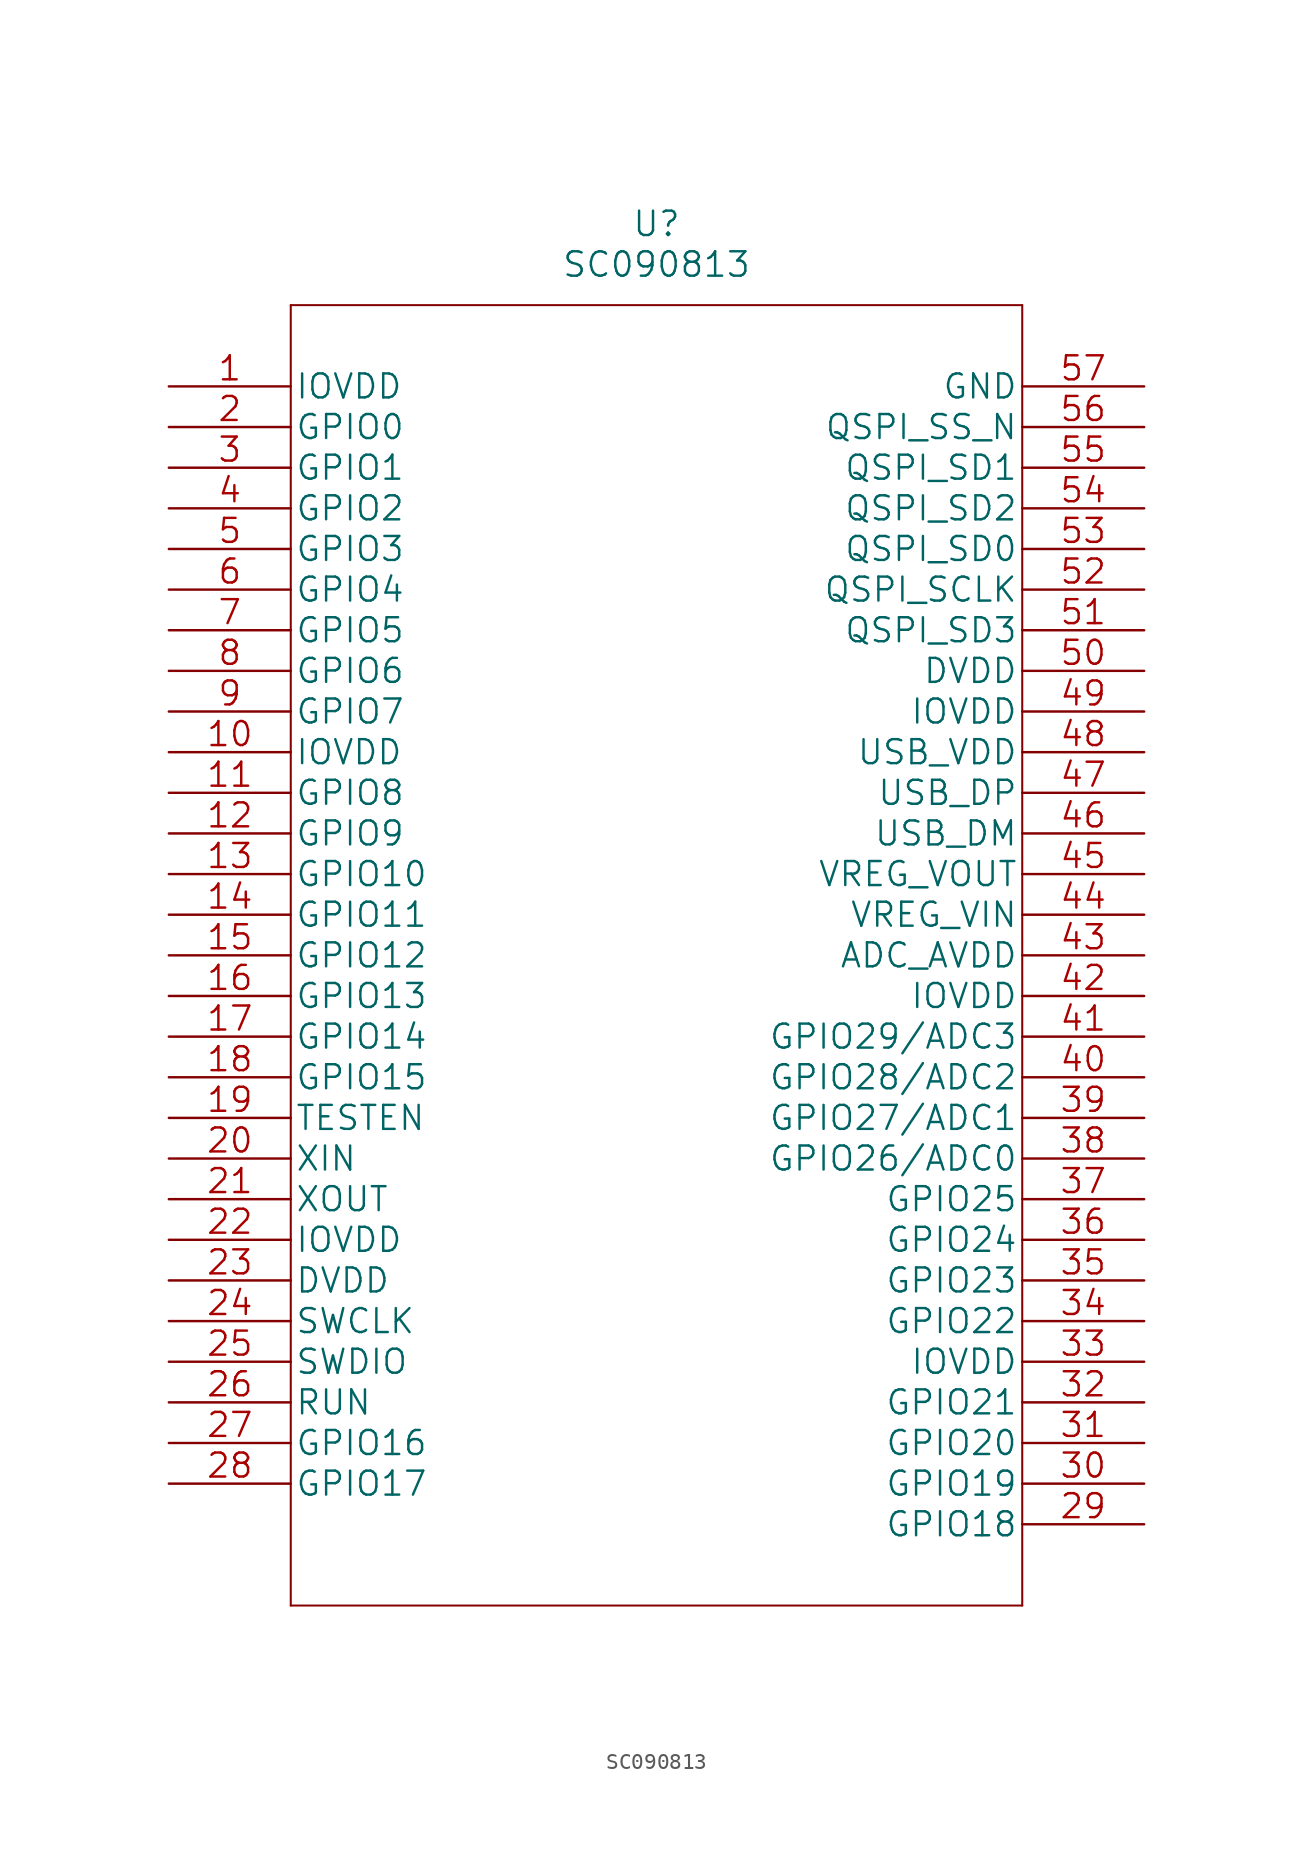
<source format=kicad_sym>
(kicad_symbol_lib
  (version 20211014)
  (generator kicad_symbol_editor)
  (symbol "SC090813"
    (pin_names
      (offset 0.254))
    (property "Reference" "U"
      (at 30.48 10.16 0)
      (effects (font (size 1.524 1.524))))
    (property "Value" "SC090813"
      (at 30.48 7.62 0)
      (effects (font (size 1.524 1.524))))
    (property "Datasheet" ""
      (at 0 0 0)
      (effects (font (size 1.524 1.524))))
    (property "ki_locked" ""
      (at 0 0 0)
      (effects (font (size 1.27 1.27))))
    (symbol "SC090813_1_1"
      (polyline (pts (xy 7.62 -76.2) (xy 53.34 -76.2)) (stroke (width 0.127) (type default) (color 0 0 0 0)) (fill (type none)))
      (polyline (pts (xy 7.62 5.08) (xy 7.62 -76.2)) (stroke (width 0.127) (type default) (color 0 0 0 0)) (fill (type none)))
      (polyline (pts (xy 53.34 -76.2) (xy 53.34 5.08)) (stroke (width 0.127) (type default) (color 0 0 0 0)) (fill (type none)))
      (polyline (pts (xy 53.34 5.08) (xy 7.62 5.08)) (stroke (width 0.127) (type default) (color 0 0 0 0)) (fill (type none)))
      (pin power_in line (at 0 0 0) (length 7.62) (name "IOVDD" (effects (font (size 1.499 1.499)))) (number "1" (effects (font (size 1.499 1.499)))))
      (pin power_in line (at 0 -22.86 0) (length 7.62) (name "IOVDD" (effects (font (size 1.499 1.499)))) (number "10" (effects (font (size 1.499 1.499)))))
      (pin bidirectional line (at 0 -25.4 0) (length 7.62) (name "GPIO8" (effects (font (size 1.499 1.499)))) (number "11" (effects (font (size 1.499 1.499)))))
      (pin bidirectional line (at 0 -27.94 0) (length 7.62) (name "GPIO9" (effects (font (size 1.499 1.499)))) (number "12" (effects (font (size 1.499 1.499)))))
      (pin bidirectional line (at 0 -30.48 0) (length 7.62) (name "GPIO10" (effects (font (size 1.499 1.499)))) (number "13" (effects (font (size 1.499 1.499)))))
      (pin bidirectional line (at 0 -33.02 0) (length 7.62) (name "GPIO11" (effects (font (size 1.499 1.499)))) (number "14" (effects (font (size 1.499 1.499)))))
      (pin bidirectional line (at 0 -35.56 0) (length 7.62) (name "GPIO12" (effects (font (size 1.499 1.499)))) (number "15" (effects (font (size 1.499 1.499)))))
      (pin bidirectional line (at 0 -38.1 0) (length 7.62) (name "GPIO13" (effects (font (size 1.499 1.499)))) (number "16" (effects (font (size 1.499 1.499)))))
      (pin bidirectional line (at 0 -40.64 0) (length 7.62) (name "GPIO14" (effects (font (size 1.499 1.499)))) (number "17" (effects (font (size 1.499 1.499)))))
      (pin bidirectional line (at 0 -43.18 0) (length 7.62) (name "GPIO15" (effects (font (size 1.499 1.499)))) (number "18" (effects (font (size 1.499 1.499)))))
      (pin unspecified line (at 0 -45.72 0) (length 7.62) (name "TESTEN" (effects (font (size 1.499 1.499)))) (number "19" (effects (font (size 1.499 1.499)))))
      (pin bidirectional line (at 0 -2.54 0) (length 7.62) (name "GPIO0" (effects (font (size 1.499 1.499)))) (number "2" (effects (font (size 1.499 1.499)))))
      (pin unspecified line (at 0 -48.26 0) (length 7.62) (name "XIN" (effects (font (size 1.499 1.499)))) (number "20" (effects (font (size 1.499 1.499)))))
      (pin output line (at 0 -50.8 0) (length 7.62) (name "XOUT" (effects (font (size 1.499 1.499)))) (number "21" (effects (font (size 1.499 1.499)))))
      (pin power_in line (at 0 -53.34 0) (length 7.62) (name "IOVDD" (effects (font (size 1.499 1.499)))) (number "22" (effects (font (size 1.499 1.499)))))
      (pin power_in line (at 0 -55.88 0) (length 7.62) (name "DVDD" (effects (font (size 1.499 1.499)))) (number "23" (effects (font (size 1.499 1.499)))))
      (pin unspecified line (at 0 -58.42 0) (length 7.62) (name "SWCLK" (effects (font (size 1.499 1.499)))) (number "24" (effects (font (size 1.499 1.499)))))
      (pin unspecified line (at 0 -60.96 0) (length 7.62) (name "SWDIO" (effects (font (size 1.499 1.499)))) (number "25" (effects (font (size 1.499 1.499)))))
      (pin unspecified line (at 0 -63.5 0) (length 7.62) (name "RUN" (effects (font (size 1.499 1.499)))) (number "26" (effects (font (size 1.499 1.499)))))
      (pin bidirectional line (at 0 -66.04 0) (length 7.62) (name "GPIO16" (effects (font (size 1.499 1.499)))) (number "27" (effects (font (size 1.499 1.499)))))
      (pin bidirectional line (at 0 -68.58 0) (length 7.62) (name "GPIO17" (effects (font (size 1.499 1.499)))) (number "28" (effects (font (size 1.499 1.499)))))
      (pin bidirectional line (at 60.96 -71.12 180) (length 7.62) (name "GPIO18" (effects (font (size 1.499 1.499)))) (number "29" (effects (font (size 1.499 1.499)))))
      (pin bidirectional line (at 0 -5.08 0) (length 7.62) (name "GPIO1" (effects (font (size 1.499 1.499)))) (number "3" (effects (font (size 1.499 1.499)))))
      (pin bidirectional line (at 60.96 -68.58 180) (length 7.62) (name "GPIO19" (effects (font (size 1.499 1.499)))) (number "30" (effects (font (size 1.499 1.499)))))
      (pin bidirectional line (at 60.96 -66.04 180) (length 7.62) (name "GPIO20" (effects (font (size 1.499 1.499)))) (number "31" (effects (font (size 1.499 1.499)))))
      (pin bidirectional line (at 60.96 -63.5 180) (length 7.62) (name "GPIO21" (effects (font (size 1.499 1.499)))) (number "32" (effects (font (size 1.499 1.499)))))
      (pin power_in line (at 60.96 -60.96 180) (length 7.62) (name "IOVDD" (effects (font (size 1.499 1.499)))) (number "33" (effects (font (size 1.499 1.499)))))
      (pin bidirectional line (at 60.96 -58.42 180) (length 7.62) (name "GPIO22" (effects (font (size 1.499 1.499)))) (number "34" (effects (font (size 1.499 1.499)))))
      (pin bidirectional line (at 60.96 -55.88 180) (length 7.62) (name "GPIO23" (effects (font (size 1.499 1.499)))) (number "35" (effects (font (size 1.499 1.499)))))
      (pin bidirectional line (at 60.96 -53.34 180) (length 7.62) (name "GPIO24" (effects (font (size 1.499 1.499)))) (number "36" (effects (font (size 1.499 1.499)))))
      (pin bidirectional line (at 60.96 -50.8 180) (length 7.62) (name "GPIO25" (effects (font (size 1.499 1.499)))) (number "37" (effects (font (size 1.499 1.499)))))
      (pin bidirectional line (at 60.96 -48.26 180) (length 7.62) (name "GPIO26/ADC0" (effects (font (size 1.499 1.499)))) (number "38" (effects (font (size 1.499 1.499)))))
      (pin bidirectional line (at 60.96 -45.72 180) (length 7.62) (name "GPIO27/ADC1" (effects (font (size 1.499 1.499)))) (number "39" (effects (font (size 1.499 1.499)))))
      (pin bidirectional line (at 0 -7.62 0) (length 7.62) (name "GPIO2" (effects (font (size 1.499 1.499)))) (number "4" (effects (font (size 1.499 1.499)))))
      (pin bidirectional line (at 60.96 -43.18 180) (length 7.62) (name "GPIO28/ADC2" (effects (font (size 1.499 1.499)))) (number "40" (effects (font (size 1.499 1.499)))))
      (pin bidirectional line (at 60.96 -40.64 180) (length 7.62) (name "GPIO29/ADC3" (effects (font (size 1.499 1.499)))) (number "41" (effects (font (size 1.499 1.499)))))
      (pin power_in line (at 60.96 -38.1 180) (length 7.62) (name "IOVDD" (effects (font (size 1.499 1.499)))) (number "42" (effects (font (size 1.499 1.499)))))
      (pin power_in line (at 60.96 -35.56 180) (length 7.62) (name "ADC_AVDD" (effects (font (size 1.499 1.499)))) (number "43" (effects (font (size 1.499 1.499)))))
      (pin unspecified line (at 60.96 -33.02 180) (length 7.62) (name "VREG_VIN" (effects (font (size 1.499 1.499)))) (number "44" (effects (font (size 1.499 1.499)))))
      (pin output line (at 60.96 -30.48 180) (length 7.62) (name "VREG_VOUT" (effects (font (size 1.499 1.499)))) (number "45" (effects (font (size 1.499 1.499)))))
      (pin unspecified line (at 60.96 -27.94 180) (length 7.62) (name "USB_DM" (effects (font (size 1.499 1.499)))) (number "46" (effects (font (size 1.499 1.499)))))
      (pin unspecified line (at 60.96 -25.4 180) (length 7.62) (name "USB_DP" (effects (font (size 1.499 1.499)))) (number "47" (effects (font (size 1.499 1.499)))))
      (pin power_in line (at 60.96 -22.86 180) (length 7.62) (name "USB_VDD" (effects (font (size 1.499 1.499)))) (number "48" (effects (font (size 1.499 1.499)))))
      (pin power_in line (at 60.96 -20.32 180) (length 7.62) (name "IOVDD" (effects (font (size 1.499 1.499)))) (number "49" (effects (font (size 1.499 1.499)))))
      (pin bidirectional line (at 0 -10.16 0) (length 7.62) (name "GPIO3" (effects (font (size 1.499 1.499)))) (number "5" (effects (font (size 1.499 1.499)))))
      (pin power_in line (at 60.96 -17.78 180) (length 7.62) (name "DVDD" (effects (font (size 1.499 1.499)))) (number "50" (effects (font (size 1.499 1.499)))))
      (pin bidirectional line (at 60.96 -15.24 180) (length 7.62) (name "QSPI_SD3" (effects (font (size 1.499 1.499)))) (number "51" (effects (font (size 1.499 1.499)))))
      (pin unspecified line (at 60.96 -12.7 180) (length 7.62) (name "QSPI_SCLK" (effects (font (size 1.499 1.499)))) (number "52" (effects (font (size 1.499 1.499)))))
      (pin bidirectional line (at 60.96 -10.16 180) (length 7.62) (name "QSPI_SD0" (effects (font (size 1.499 1.499)))) (number "53" (effects (font (size 1.499 1.499)))))
      (pin bidirectional line (at 60.96 -7.62 180) (length 7.62) (name "QSPI_SD2" (effects (font (size 1.499 1.499)))) (number "54" (effects (font (size 1.499 1.499)))))
      (pin bidirectional line (at 60.96 -5.08 180) (length 7.62) (name "QSPI_SD1" (effects (font (size 1.499 1.499)))) (number "55" (effects (font (size 1.499 1.499)))))
      (pin unspecified line (at 60.96 -2.54 180) (length 7.62) (name "QSPI_SS_N" (effects (font (size 1.499 1.499)))) (number "56" (effects (font (size 1.499 1.499)))))
      (pin power_in line (at 60.96 0 180) (length 7.62) (name "GND" (effects (font (size 1.499 1.499)))) (number "57" (effects (font (size 1.499 1.499)))))
      (pin bidirectional line (at 0 -12.7 0) (length 7.62) (name "GPIO4" (effects (font (size 1.499 1.499)))) (number "6" (effects (font (size 1.499 1.499)))))
      (pin bidirectional line (at 0 -15.24 0) (length 7.62) (name "GPIO5" (effects (font (size 1.499 1.499)))) (number "7" (effects (font (size 1.499 1.499)))))
      (pin bidirectional line (at 0 -17.78 0) (length 7.62) (name "GPIO6" (effects (font (size 1.499 1.499)))) (number "8" (effects (font (size 1.499 1.499)))))
      (pin bidirectional line (at 0 -20.32 0) (length 7.62) (name "GPIO7" (effects (font (size 1.499 1.499)))) (number "9" (effects (font (size 1.499 1.499))))))))
</source>
